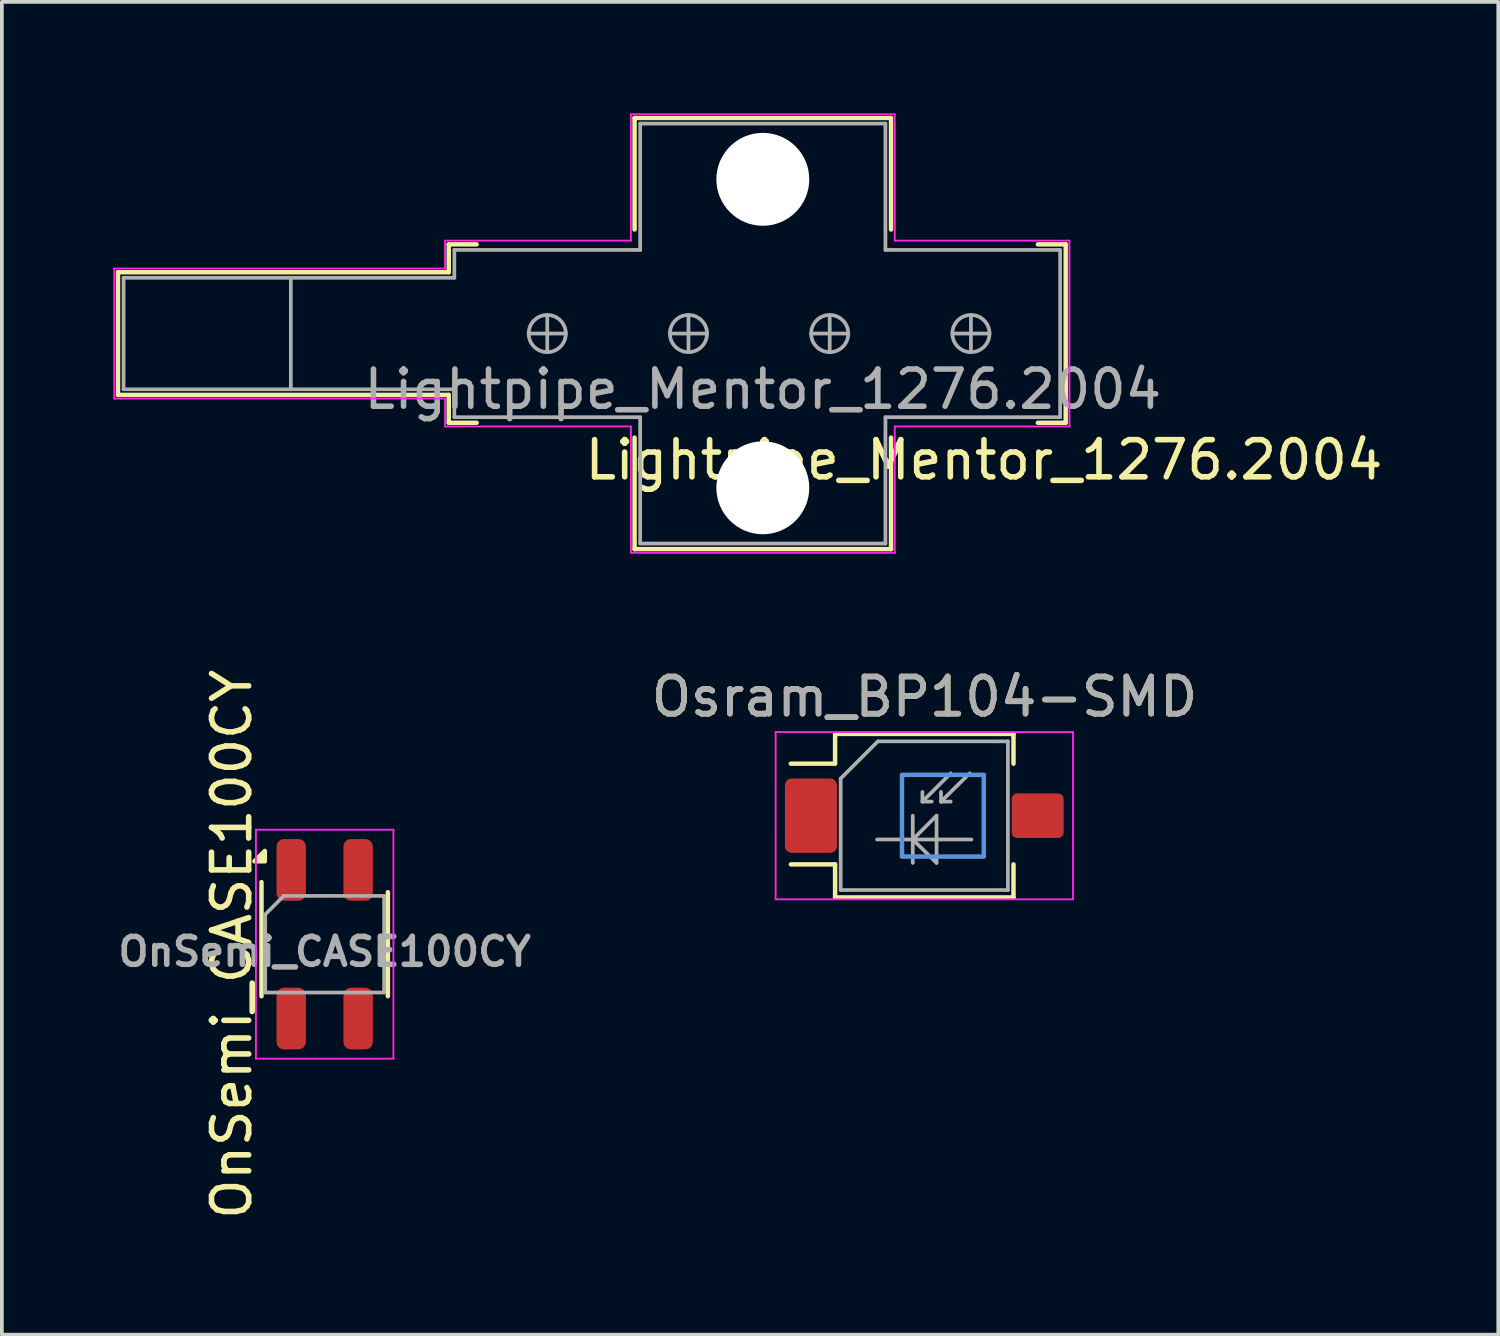
<source format=kicad_pcb>
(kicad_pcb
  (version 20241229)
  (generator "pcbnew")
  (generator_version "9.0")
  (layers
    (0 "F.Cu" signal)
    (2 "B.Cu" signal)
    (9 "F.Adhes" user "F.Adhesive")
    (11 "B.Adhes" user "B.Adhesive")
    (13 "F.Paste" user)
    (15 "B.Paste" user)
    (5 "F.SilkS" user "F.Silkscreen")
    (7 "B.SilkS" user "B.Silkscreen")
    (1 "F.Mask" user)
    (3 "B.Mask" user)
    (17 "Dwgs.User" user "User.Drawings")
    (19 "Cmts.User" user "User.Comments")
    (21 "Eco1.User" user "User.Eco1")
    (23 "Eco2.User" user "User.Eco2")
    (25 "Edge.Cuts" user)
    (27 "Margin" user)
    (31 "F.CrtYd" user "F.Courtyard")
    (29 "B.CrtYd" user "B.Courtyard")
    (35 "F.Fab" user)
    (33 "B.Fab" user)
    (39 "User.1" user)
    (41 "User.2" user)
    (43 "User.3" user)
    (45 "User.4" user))
  (footprint "Osram_BP104-SMD"
    (layer "F.Cu")
    (at 21.82 18.898)
    (property "Reference" "Osram_BP104-SMD" (at 0.01 -3.2 0) (layer "F.SilkS") (effects (font (size 1 1) (thickness 0.15))))
    (attr smd)
    (fp_line (start -3.59 1.31) (end -2.4 1.31) (stroke (width 0.12) (type solid)) (layer "F.SilkS"))
    (fp_line (start -2.41 -1.4) (end -3.59 -1.4) (stroke (width 0.12) (type solid)) (layer "F.SilkS"))
    (fp_line (start -2.4 -2.2) (end -2.4 -1.4) (stroke (width 0.12) (type solid)) (layer "F.SilkS"))
    (fp_line (start -2.4 1.31) (end -2.4 2.2) (stroke (width 0.12) (type solid)) (layer "F.SilkS"))
    (fp_line (start -2.4 2.2) (end 2.4 2.2) (stroke (width 0.12) (type solid)) (layer "F.SilkS"))
    (fp_line (start 2.4 -2.2) (end -2.4 -2.2) (stroke (width 0.12) (type solid)) (layer "F.SilkS"))
    (fp_line (start 2.4 -1.4) (end 2.4 -2.2) (stroke (width 0.12) (type solid)) (layer "F.SilkS"))
    (fp_line (start 2.4 2.2) (end 2.4 1.31) (stroke (width 0.12) (type solid)) (layer "F.SilkS"))
    (fp_rect (start -0.6 -1.1) (end 1.6 1.1) (stroke (width 0.12) (type solid)) (fill no) (layer "Cmts.User"))
    (fp_line (start -4 -2.25) (end -4 2.25) (stroke (width 0.05) (type solid)) (layer "F.CrtYd"))
    (fp_line (start -4 -2.25) (end 4 -2.25) (stroke (width 0.05) (type solid)) (layer "F.CrtYd"))
    (fp_line (start 4 2.25) (end -4 2.25) (stroke (width 0.05) (type solid)) (layer "F.CrtYd"))
    (fp_line (start 4 2.25) (end 4 -2.25) (stroke (width 0.05) (type solid)) (layer "F.CrtYd"))
    (fp_line (start -2.25 -1) (end -2.25 2) (stroke (width 0.1) (type solid)) (layer "F.Fab"))
    (fp_line (start -2.25 -1) (end -1.25 -2) (stroke (width 0.1) (type solid)) (layer "F.Fab"))
    (fp_line (start -1.27 0.64) (end 1.27 0.64) (stroke (width 0.1) (type solid)) (layer "F.Fab"))
    (fp_line (start -1.25 -2) (end 2.25 -2) (stroke (width 0.1) (type solid)) (layer "F.Fab"))
    (fp_line (start -0.31 0) (end -0.31 1.27) (stroke (width 0.1) (type solid)) (layer "F.Fab"))
    (fp_line (start -0.31 0.64) (end 0.33 0) (stroke (width 0.1) (type solid)) (layer "F.Fab"))
    (fp_line (start -0.05 -0.38) (end -0.05 -0.64) (stroke (width 0.1) (type solid)) (layer "F.Fab"))
    (fp_line (start -0.05 -0.38) (end 0.2 -0.38) (stroke (width 0.1) (type solid)) (layer "F.Fab"))
    (fp_line (start 0.33 0) (end 0.33 1.27) (stroke (width 0.1) (type solid)) (layer "F.Fab"))
    (fp_line (start 0.33 1.27) (end -0.31 0.64) (stroke (width 0.1) (type solid)) (layer "F.Fab"))
    (fp_line (start 0.45 -0.38) (end 0.45 -0.64) (stroke (width 0.1) (type solid)) (layer "F.Fab"))
    (fp_line (start 0.45 -0.38) (end 0.71 -0.38) (stroke (width 0.1) (type solid)) (layer "F.Fab"))
    (fp_line (start 0.71 -1.14) (end -0.05 -0.38) (stroke (width 0.1) (type solid)) (layer "F.Fab"))
    (fp_line (start 1.22 -1.14) (end 0.45 -0.38) (stroke (width 0.1) (type solid)) (layer "F.Fab"))
    (fp_line (start 2.25 -2) (end 2.25 2) (stroke (width 0.1) (type solid)) (layer "F.Fab"))
    (fp_line (start 2.25 2) (end -2.25 2) (stroke (width 0.1) (type solid)) (layer "F.Fab"))
    (fp_text user "${REFERENCE}" (at 0.01 -3.2 0) (layer "F.Fab") (effects (font (size 1 1) (thickness 0.15))))
    (pad "" smd roundrect (at -3.05 0 180) (size 1.3 1.9) (layers "F.Paste") (roundrect_rratio 0.125))
    (pad "" smd roundrect (at -3.05 0 180) (size 1.5 2.1) (layers "F.Mask") (roundrect_rratio 0.125))
    (pad "" smd roundrect (at 3.05 0 180) (size 1.3 1.1) (layers "F.Paste") (roundrect_rratio 0.125))
    (pad "" smd roundrect (at 3.05 0 180) (size 1.5 1.3) (layers "F.Mask") (roundrect_rratio 0.125))
    (pad "1" smd roundrect (at -3.05 0 180) (size 1.4 2) (layers "F.Cu" "F.Mask") (roundrect_rratio 0.125))
    (pad "2" smd roundrect (at 3.05 0 180) (size 1.4 1.2) (layers "F.Cu" "F.Mask") (roundrect_rratio 0.125)))
  (footprint "OnSemi_CASE100CY"
    (layer "F.Cu")
    (at 5.686 22.356)
    (property "Reference" "OnSemi_CASE100CY" (at -2.5 0 90) (layer "F.SilkS") (effects (font (size 1 1) (thickness 0.15))))
    (attr smd)
    (fp_line (start -1.7 1.4) (end -1.7 -1.67) (stroke (width 0.12) (type solid)) (layer "F.SilkS"))
    (fp_line (start 1.7 1.4) (end 1.7 -1.4) (stroke (width 0.12) (type solid)) (layer "F.SilkS"))
    (fp_poly (pts (xy -1.61 -2.23) (xy -1.89 -2.23) (xy -1.61 -2.51) (xy -1.61 -2.23)) (stroke (width 0.12) (type solid)) (fill yes) (layer "F.SilkS"))
    (fp_line (start -1.85 -3.08) (end -1.85 3.08) (stroke (width 0.05) (type solid)) (layer "F.CrtYd"))
    (fp_line (start -1.85 -3.08) (end 1.85 -3.08) (stroke (width 0.05) (type solid)) (layer "F.CrtYd"))
    (fp_line (start 1.85 3.08) (end -1.85 3.08) (stroke (width 0.05) (type solid)) (layer "F.CrtYd"))
    (fp_line (start 1.85 3.08) (end 1.85 -3.08) (stroke (width 0.05) (type solid)) (layer "F.CrtYd"))
    (fp_line (start -1.6 -0.8) (end -1.1 -1.3) (stroke (width 0.1) (type solid)) (layer "F.Fab"))
    (fp_line (start -1.6 1.3) (end -1.6 -0.8) (stroke (width 0.1) (type solid)) (layer "F.Fab"))
    (fp_line (start -1.1 -1.3) (end 1.6 -1.3) (stroke (width 0.1) (type solid)) (layer "F.Fab"))
    (fp_line (start 1.6 -1.3) (end 1.6 1.3) (stroke (width 0.1) (type solid)) (layer "F.Fab"))
    (fp_line (start 1.6 1.3) (end -1.6 1.3) (stroke (width 0.1) (type solid)) (layer "F.Fab"))
    (fp_text user "${REFERENCE}" (at 0 0.2 0) (layer "F.Fab") (effects (font (size 0.75 0.75) (thickness 0.15))))
    (pad "1" smd roundrect (at -0.9 -2) (size 0.79 1.66) (layers "F.Cu" "F.Mask" "F.Paste") (roundrect_rratio 0.25))
    (pad "2" smd roundrect (at -0.9 2) (size 0.79 1.66) (layers "F.Cu" "F.Mask" "F.Paste") (roundrect_rratio 0.25))
    (pad "3" smd roundrect (at 0.9 2) (size 0.79 1.66) (layers "F.Cu" "F.Mask" "F.Paste") (roundrect_rratio 0.25))
    (pad "4" smd roundrect (at 0.9 -2) (size 0.79 1.66) (layers "F.Cu" "F.Mask" "F.Paste") (roundrect_rratio 0.25)))
  (footprint "Lightpipe_Mentor_1276.2004"
    (layer "F.Cu")
    (at 17.475 5.925)
    (property "Reference" "Lightpipe_Mentor_1276.2004" (at 5.95 3.4 0) (layer "F.SilkS") (effects (font (size 1 1) (thickness 0.15))))
    (attr through_hole)
    (fp_line (start -17.35 -1.65) (end -17.35 1.65) (stroke (width 0.12) (type solid)) (layer "F.SilkS"))
    (fp_line (start -17.35 1.65) (end -8.45 1.65) (stroke (width 0.12) (type solid)) (layer "F.SilkS"))
    (fp_line (start -8.45 -2.4) (end -8.45 -1.65) (stroke (width 0.12) (type solid)) (layer "F.SilkS"))
    (fp_line (start -8.45 -2.4) (end -7.7 -2.4) (stroke (width 0.12) (type solid)) (layer "F.SilkS"))
    (fp_line (start -8.45 -1.65) (end -17.35 -1.65) (stroke (width 0.12) (type solid)) (layer "F.SilkS"))
    (fp_line (start -8.45 1.65) (end -8.45 2.4) (stroke (width 0.12) (type solid)) (layer "F.SilkS"))
    (fp_line (start -8.45 2.4) (end -7.7 2.4) (stroke (width 0.12) (type solid)) (layer "F.SilkS"))
    (fp_line (start -3.45 -5.8) (end 3.45 -5.8) (stroke (width 0.12) (type solid)) (layer "F.SilkS"))
    (fp_line (start -3.45 -2.8) (end -3.45 -5.8) (stroke (width 0.12) (type solid)) (layer "F.SilkS"))
    (fp_line (start -3.45 5.8) (end -3.45 2.8) (stroke (width 0.12) (type solid)) (layer "F.SilkS"))
    (fp_line (start 3.45 -5.8) (end 3.45 -2.8) (stroke (width 0.12) (type solid)) (layer "F.SilkS"))
    (fp_line (start 3.45 2.8) (end 3.45 5.8) (stroke (width 0.12) (type solid)) (layer "F.SilkS"))
    (fp_line (start 3.45 5.8) (end -3.45 5.8) (stroke (width 0.12) (type solid)) (layer "F.SilkS"))
    (fp_line (start 8.15 -2.4) (end 7.4 -2.4) (stroke (width 0.12) (type solid)) (layer "F.SilkS"))
    (fp_line (start 8.15 -2.4) (end 8.15 2.4) (stroke (width 0.12) (type solid)) (layer "F.SilkS"))
    (fp_line (start 8.15 2.4) (end 7.4 2.4) (stroke (width 0.12) (type solid)) (layer "F.SilkS"))
    (fp_line (start -17.45 -1.75) (end -8.55 -1.75) (stroke (width 0.05) (type solid)) (layer "F.CrtYd"))
    (fp_line (start -17.45 1.75) (end -17.45 -1.75) (stroke (width 0.05) (type solid)) (layer "F.CrtYd"))
    (fp_line (start -8.55 -1.75) (end -8.55 -2.5) (stroke (width 0.05) (type solid)) (layer "F.CrtYd"))
    (fp_line (start -8.55 1.75) (end -17.45 1.75) (stroke (width 0.05) (type solid)) (layer "F.CrtYd"))
    (fp_line (start -8.55 2.5) (end -8.55 1.75) (stroke (width 0.05) (type solid)) (layer "F.CrtYd"))
    (fp_line (start -8.55 2.5) (end -3.55 2.5) (stroke (width 0.05) (type solid)) (layer "F.CrtYd"))
    (fp_line (start -3.55 -5.9) (end -3.55 -2.5) (stroke (width 0.05) (type solid)) (layer "F.CrtYd"))
    (fp_line (start -3.55 -2.5) (end -8.55 -2.5) (stroke (width 0.05) (type solid)) (layer "F.CrtYd"))
    (fp_line (start -3.55 2.5) (end -3.55 5.9) (stroke (width 0.05) (type solid)) (layer "F.CrtYd"))
    (fp_line (start -3.55 5.9) (end 3.55 5.9) (stroke (width 0.05) (type solid)) (layer "F.CrtYd"))
    (fp_line (start 3.55 -5.9) (end -3.55 -5.9) (stroke (width 0.05) (type solid)) (layer "F.CrtYd"))
    (fp_line (start 3.55 -2.5) (end 3.55 -5.9) (stroke (width 0.05) (type solid)) (layer "F.CrtYd"))
    (fp_line (start 3.55 2.5) (end 8.25 2.5) (stroke (width 0.05) (type solid)) (layer "F.CrtYd"))
    (fp_line (start 3.55 5.9) (end 3.55 2.5) (stroke (width 0.05) (type solid)) (layer "F.CrtYd"))
    (fp_line (start 8.25 -2.5) (end 3.55 -2.5) (stroke (width 0.05) (type solid)) (layer "F.CrtYd"))
    (fp_line (start 8.25 2.5) (end 8.25 -2.5) (stroke (width 0.05) (type solid)) (layer "F.CrtYd"))
    (fp_line (start -17.2 -1.5) (end -17.2 1.5) (stroke (width 0.1) (type solid)) (layer "F.Fab"))
    (fp_line (start -17.2 -1.5) (end -8.3 -1.5) (stroke (width 0.1) (type solid)) (layer "F.Fab"))
    (fp_line (start -17.2 1.5) (end -8.3 1.5) (stroke (width 0.1) (type solid)) (layer "F.Fab"))
    (fp_line (start -12.7 1.5) (end -12.7 -1.5) (stroke (width 0.1) (type solid)) (layer "F.Fab"))
    (fp_line (start -8.3 -2.25) (end -3.3 -2.25) (stroke (width 0.1) (type solid)) (layer "F.Fab"))
    (fp_line (start -8.3 -1.5) (end -8.3 -2.25) (stroke (width 0.1) (type solid)) (layer "F.Fab"))
    (fp_line (start -8.3 1.5) (end -8.3 2.25) (stroke (width 0.1) (type solid)) (layer "F.Fab"))
    (fp_line (start -8.3 2.25) (end -3.3 2.25) (stroke (width 0.1) (type solid)) (layer "F.Fab"))
    (fp_line (start -6.3 0) (end -5.3 0) (stroke (width 0.1) (type solid)) (layer "F.Fab"))
    (fp_line (start -5.8 -0.5) (end -5.8 0.5) (stroke (width 0.1) (type solid)) (layer "F.Fab"))
    (fp_line (start -3.3 -5.65) (end 3.3 -5.65) (stroke (width 0.1) (type solid)) (layer "F.Fab"))
    (fp_line (start -3.3 -2.25) (end -3.3 -5.65) (stroke (width 0.1) (type solid)) (layer "F.Fab"))
    (fp_line (start -3.3 5.65) (end -3.3 2.25) (stroke (width 0.1) (type solid)) (layer "F.Fab"))
    (fp_line (start -2.5 0) (end -1.5 0) (stroke (width 0.1) (type solid)) (layer "F.Fab"))
    (fp_line (start -2 -0.5) (end -2 0.5) (stroke (width 0.1) (type solid)) (layer "F.Fab"))
    (fp_line (start 1.3 0) (end 2.3 0) (stroke (width 0.1) (type solid)) (layer "F.Fab"))
    (fp_line (start 1.8 -0.5) (end 1.8 0.5) (stroke (width 0.1) (type solid)) (layer "F.Fab"))
    (fp_line (start 3.3 -5.65) (end 3.3 -2.25) (stroke (width 0.1) (type solid)) (layer "F.Fab"))
    (fp_line (start 3.3 -2.25) (end 8 -2.25) (stroke (width 0.1) (type solid)) (layer "F.Fab"))
    (fp_line (start 3.3 2.25) (end 3.3 5.65) (stroke (width 0.1) (type solid)) (layer "F.Fab"))
    (fp_line (start 3.3 5.65) (end -3.3 5.65) (stroke (width 0.1) (type solid)) (layer "F.Fab"))
    (fp_line (start 5.1 0) (end 6.1 0) (stroke (width 0.1) (type solid)) (layer "F.Fab"))
    (fp_line (start 5.6 -0.5) (end 5.6 0.5) (stroke (width 0.1) (type solid)) (layer "F.Fab"))
    (fp_line (start 8 -2.25) (end 8 2.25) (stroke (width 0.1) (type solid)) (layer "F.Fab"))
    (fp_line (start 8 2.25) (end 3.3 2.25) (stroke (width 0.1) (type solid)) (layer "F.Fab"))
    (fp_circle (center -5.8 0) (end -5.8 0.5) (stroke (width 0.1) (type solid)) (fill no) (layer "F.Fab"))
    (fp_circle (center -2 0) (end -2 0.5) (stroke (width 0.1) (type solid)) (fill no) (layer "F.Fab"))
    (fp_circle (center 1.8 0) (end 1.8 0.5) (stroke (width 0.1) (type solid)) (fill no) (layer "F.Fab"))
    (fp_circle (center 5.6 0) (end 5.6 0.5) (stroke (width 0.1) (type solid)) (fill no) (layer "F.Fab"))
    (fp_text user "${REFERENCE}" (at 0 1.5 0) (layer "F.Fab") (effects (font (size 1 1) (thickness 0.15))))
    (pad "" np_thru_hole circle (at 0 -4.15) (size 2.5 2.5) (drill 2.5) (layers "*.Cu" "*.Mask"))
    (pad "" np_thru_hole circle (at 0 4.15) (size 2.5 2.5) (drill 2.5) (layers "*.Cu" "*.Mask")))
  (gr_rect
    (start -3 -3)
    (end 37.264 32.862)
    (stroke (width 0.1) (type default))
    (fill no)
    (layer "Edge.Cuts")))
</source>
